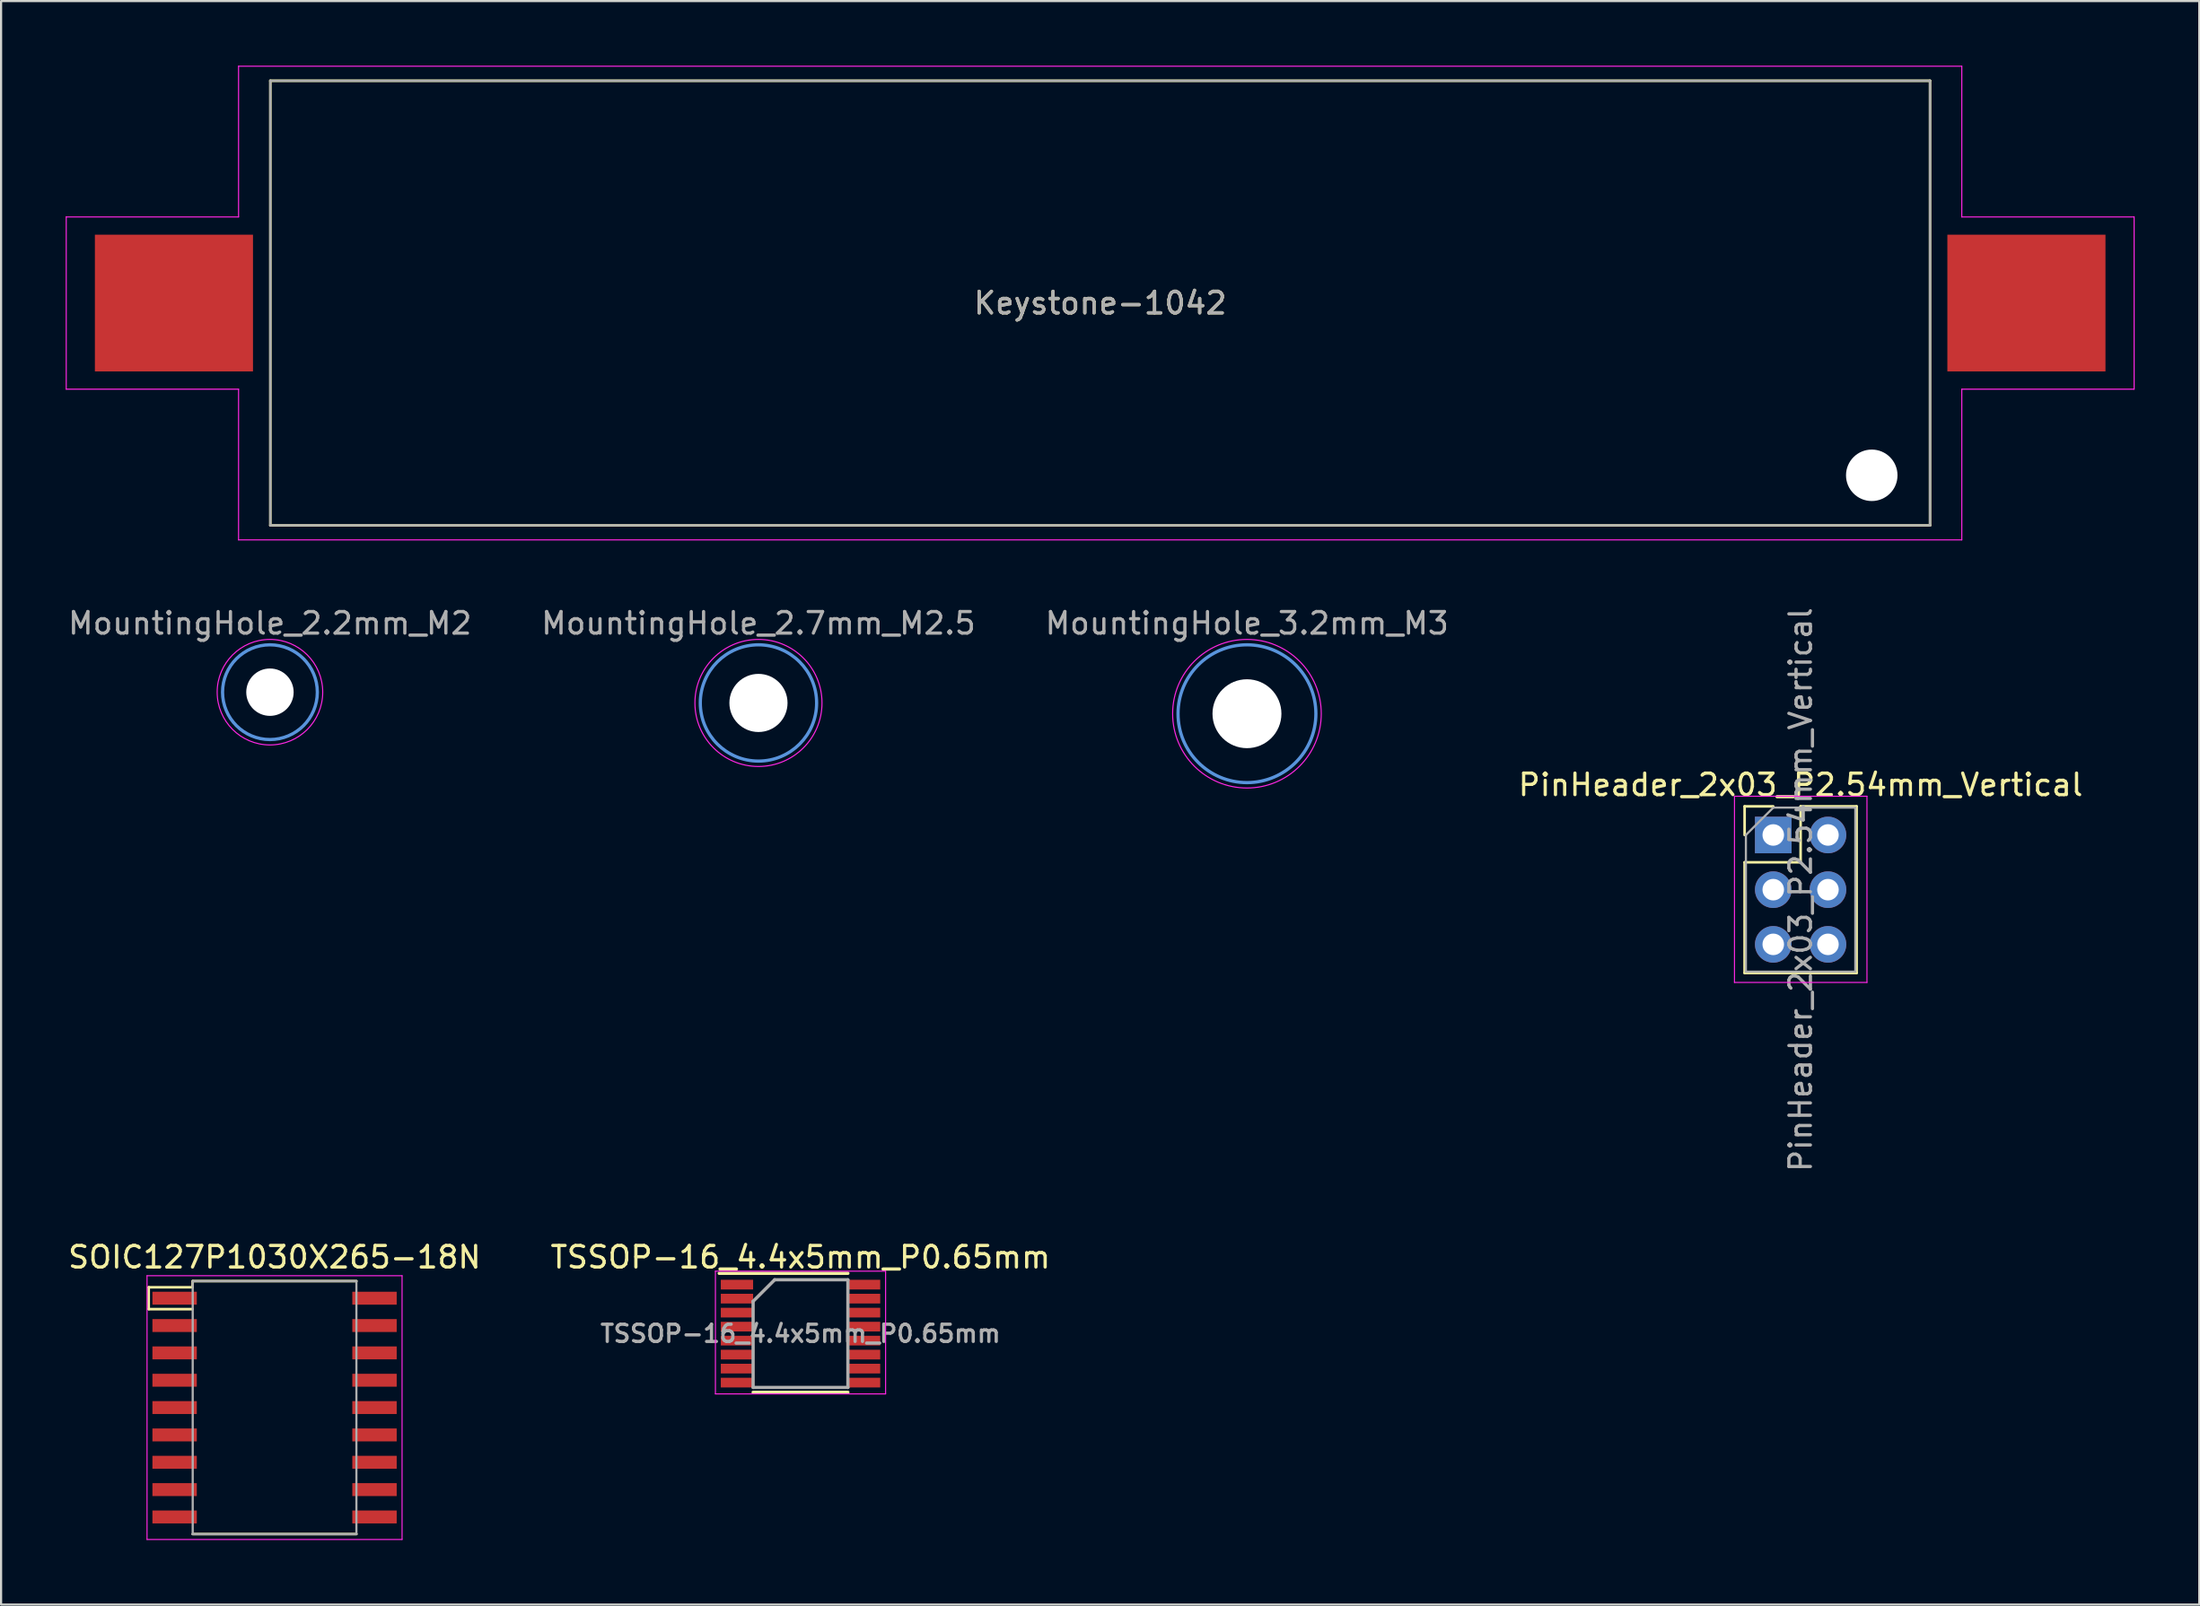
<source format=kicad_pcb>
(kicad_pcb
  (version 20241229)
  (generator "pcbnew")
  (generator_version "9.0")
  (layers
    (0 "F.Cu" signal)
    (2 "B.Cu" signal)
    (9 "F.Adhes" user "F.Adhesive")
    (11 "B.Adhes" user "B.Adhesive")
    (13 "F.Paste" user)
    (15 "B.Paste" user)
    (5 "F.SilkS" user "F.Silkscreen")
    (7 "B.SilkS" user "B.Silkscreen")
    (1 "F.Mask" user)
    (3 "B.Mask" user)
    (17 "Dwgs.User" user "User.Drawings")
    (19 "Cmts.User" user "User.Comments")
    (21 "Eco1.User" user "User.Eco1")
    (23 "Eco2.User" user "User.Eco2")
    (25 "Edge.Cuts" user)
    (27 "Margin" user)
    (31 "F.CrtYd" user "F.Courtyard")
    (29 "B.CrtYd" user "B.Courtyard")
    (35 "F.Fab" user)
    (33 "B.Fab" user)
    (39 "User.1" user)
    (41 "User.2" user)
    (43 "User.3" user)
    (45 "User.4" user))
  (footprint "MountingHole_3.2mm_M3"
    (layer "F.Cu")
    (at 54.839 30.098)
    (property "Reference" "MountingHole_3.2mm_M3" (at 0 -4.2 0) (layer "F.Fab") (effects (font (size 1 1) (thickness 0.15))))
    (attr through_hole)
    (fp_circle (center 0 0) (end 3.2 0) (stroke (width 0.15) (type solid)) (fill no) (layer "Cmts.User"))
    (fp_circle (center 0 0) (end 3.45 0) (stroke (width 0.05) (type solid)) (fill no) (layer "F.CrtYd"))
    (pad "" np_thru_hole circle (at 0 0) (size 3.2 3.2) (drill 3.2) (layers "*.Cu" "*.Mask")))
  (footprint "MountingHole_2.7mm_M2.5"
    (layer "F.Cu")
    (at 32.161 29.598)
    (property "Reference" "MountingHole_2.7mm_M2.5" (at 0 -3.7 0) (layer "F.Fab") (effects (font (size 1 1) (thickness 0.15))))
    (attr through_hole)
    (fp_circle (center 0 0) (end 2.7 0) (stroke (width 0.15) (type solid)) (fill no) (layer "Cmts.User"))
    (fp_circle (center 0 0) (end 2.95 0) (stroke (width 0.05) (type solid)) (fill no) (layer "F.CrtYd"))
    (pad "" np_thru_hole circle (at 0 0) (size 2.7 2.7) (drill 2.7) (layers "*.Cu" "*.Mask")))
  (footprint "TSSOP-16_4.4x5mm_P0.65mm"
    (layer "F.Cu")
    (at 34.113 58.889)
    (property "Reference" "TSSOP-16_4.4x5mm_P0.65mm" (at 0 -3.55 0) (layer "F.SilkS") (effects (font (size 1 1) (thickness 0.15))))
    (attr smd)
    (fp_line (start -3.775 -2.8) (end 2.2 -2.8) (stroke (width 0.15) (type solid)) (layer "F.SilkS"))
    (fp_line (start -2.2 2.725) (end 2.2 2.725) (stroke (width 0.15) (type solid)) (layer "F.SilkS"))
    (fp_line (start -3.95 -2.9) (end -3.95 2.8) (stroke (width 0.05) (type solid)) (layer "F.CrtYd"))
    (fp_line (start -3.95 -2.9) (end 3.95 -2.9) (stroke (width 0.05) (type solid)) (layer "F.CrtYd"))
    (fp_line (start -3.95 2.8) (end 3.95 2.8) (stroke (width 0.05) (type solid)) (layer "F.CrtYd"))
    (fp_line (start 3.95 -2.9) (end 3.95 2.8) (stroke (width 0.05) (type solid)) (layer "F.CrtYd"))
    (fp_line (start -2.2 -1.5) (end -1.2 -2.5) (stroke (width 0.15) (type solid)) (layer "F.Fab"))
    (fp_line (start -2.2 2.5) (end -2.2 -1.5) (stroke (width 0.15) (type solid)) (layer "F.Fab"))
    (fp_line (start -1.2 -2.5) (end 2.2 -2.5) (stroke (width 0.15) (type solid)) (layer "F.Fab"))
    (fp_line (start 2.2 -2.5) (end 2.2 2.5) (stroke (width 0.15) (type solid)) (layer "F.Fab"))
    (fp_line (start 2.2 2.5) (end -2.2 2.5) (stroke (width 0.15) (type solid)) (layer "F.Fab"))
    (fp_text user "${REFERENCE}" (at 0 0 0) (layer "F.Fab") (effects (font (size 0.8 0.8) (thickness 0.15))))
    (pad "1" smd rect (at -2.95 -2.275) (size 1.5 0.45) (layers "F.Cu" "F.Mask" "F.Paste"))
    (pad "2" smd rect (at -2.95 -1.625) (size 1.5 0.45) (layers "F.Cu" "F.Mask" "F.Paste"))
    (pad "3" smd rect (at -2.95 -0.975) (size 1.5 0.45) (layers "F.Cu" "F.Mask" "F.Paste"))
    (pad "4" smd rect (at -2.95 -0.325) (size 1.5 0.45) (layers "F.Cu" "F.Mask" "F.Paste"))
    (pad "5" smd rect (at -2.95 0.325) (size 1.5 0.45) (layers "F.Cu" "F.Mask" "F.Paste"))
    (pad "6" smd rect (at -2.95 0.975) (size 1.5 0.45) (layers "F.Cu" "F.Mask" "F.Paste"))
    (pad "7" smd rect (at -2.95 1.625) (size 1.5 0.45) (layers "F.Cu" "F.Mask" "F.Paste"))
    (pad "8" smd rect (at -2.95 2.275) (size 1.5 0.45) (layers "F.Cu" "F.Mask" "F.Paste"))
    (pad "9" smd rect (at 2.95 2.275) (size 1.5 0.45) (layers "F.Cu" "F.Mask" "F.Paste"))
    (pad "10" smd rect (at 2.95 1.625) (size 1.5 0.45) (layers "F.Cu" "F.Mask" "F.Paste"))
    (pad "11" smd rect (at 2.95 0.975) (size 1.5 0.45) (layers "F.Cu" "F.Mask" "F.Paste"))
    (pad "12" smd rect (at 2.95 0.325) (size 1.5 0.45) (layers "F.Cu" "F.Mask" "F.Paste"))
    (pad "13" smd rect (at 2.95 -0.325) (size 1.5 0.45) (layers "F.Cu" "F.Mask" "F.Paste"))
    (pad "14" smd rect (at 2.95 -0.975) (size 1.5 0.45) (layers "F.Cu" "F.Mask" "F.Paste"))
    (pad "15" smd rect (at 2.95 -1.625) (size 1.5 0.45) (layers "F.Cu" "F.Mask" "F.Paste"))
    (pad "16" smd rect (at 2.95 -2.275) (size 1.5 0.45) (layers "F.Cu" "F.Mask" "F.Paste")))
  (footprint "PinHeader_2x03_P2.54mm_Vertical"
    (layer "F.Cu")
    (at 79.272 35.73)
    (property "Reference" "PinHeader_2x03_P2.54mm_Vertical" (at 1.27 -2.33 0) (layer "F.SilkS") (effects (font (size 1 1) (thickness 0.15))))
    (attr through_hole)
    (fp_line (start -1.33 -1.33) (end 0 -1.33) (stroke (width 0.12) (type solid)) (layer "F.SilkS"))
    (fp_line (start -1.33 0) (end -1.33 -1.33) (stroke (width 0.12) (type solid)) (layer "F.SilkS"))
    (fp_line (start -1.33 1.27) (end -1.33 6.41) (stroke (width 0.12) (type solid)) (layer "F.SilkS"))
    (fp_line (start -1.33 1.27) (end 1.27 1.27) (stroke (width 0.12) (type solid)) (layer "F.SilkS"))
    (fp_line (start -1.33 6.41) (end 3.87 6.41) (stroke (width 0.12) (type solid)) (layer "F.SilkS"))
    (fp_line (start 1.27 -1.33) (end 3.87 -1.33) (stroke (width 0.12) (type solid)) (layer "F.SilkS"))
    (fp_line (start 1.27 1.27) (end 1.27 -1.33) (stroke (width 0.12) (type solid)) (layer "F.SilkS"))
    (fp_line (start 3.87 -1.33) (end 3.87 6.41) (stroke (width 0.12) (type solid)) (layer "F.SilkS"))
    (fp_line (start -1.8 -1.8) (end -1.8 6.85) (stroke (width 0.05) (type solid)) (layer "F.CrtYd"))
    (fp_line (start -1.8 6.85) (end 4.35 6.85) (stroke (width 0.05) (type solid)) (layer "F.CrtYd"))
    (fp_line (start 4.35 -1.8) (end -1.8 -1.8) (stroke (width 0.05) (type solid)) (layer "F.CrtYd"))
    (fp_line (start 4.35 6.85) (end 4.35 -1.8) (stroke (width 0.05) (type solid)) (layer "F.CrtYd"))
    (fp_line (start -1.27 0) (end 0 -1.27) (stroke (width 0.1) (type solid)) (layer "F.Fab"))
    (fp_line (start -1.27 6.35) (end -1.27 0) (stroke (width 0.1) (type solid)) (layer "F.Fab"))
    (fp_line (start 0 -1.27) (end 3.81 -1.27) (stroke (width 0.1) (type solid)) (layer "F.Fab"))
    (fp_line (start 3.81 -1.27) (end 3.81 6.35) (stroke (width 0.1) (type solid)) (layer "F.Fab"))
    (fp_line (start 3.81 6.35) (end -1.27 6.35) (stroke (width 0.1) (type solid)) (layer "F.Fab"))
    (fp_text user "${REFERENCE}" (at 1.27 2.54 90) (layer "F.Fab") (effects (font (size 1 1) (thickness 0.15))))
    (pad "1" thru_hole rect (at 0 0) (size 1.7 1.7) (drill 1) (layers "*.Cu" "*.Mask"))
    (pad "2" thru_hole circle (at 2.54 0) (size 1.7 1.7) (drill 1) (layers "*.Cu" "*.Mask"))
    (pad "3" thru_hole circle (at 0 2.54) (size 1.7 1.7) (drill 1) (layers "*.Cu" "*.Mask"))
    (pad "4" thru_hole circle (at 2.54 2.54) (size 1.7 1.7) (drill 1) (layers "*.Cu" "*.Mask"))
    (pad "5" thru_hole circle (at 0 5.08) (size 1.7 1.7) (drill 1) (layers "*.Cu" "*.Mask"))
    (pad "6" thru_hole circle (at 2.54 5.08) (size 1.7 1.7) (drill 1) (layers "*.Cu" "*.Mask")))
  (footprint "Keystone-1042"
    (layer "F.Cu")
    (at 48.025 11.025)
    (property "Reference" "Keystone-1042" (at 0 0 0) (layer "F.SilkS") (effects (font (size 1 1) (thickness 0.15))))
    (attr smd)
    (fp_line (start -38.525 -10.325) (end 38.525 -10.325) (stroke (width 0.12) (type solid)) (layer "F.SilkS"))
    (fp_line (start -38.525 10.325) (end -38.525 -10.325) (stroke (width 0.12) (type solid)) (layer "F.SilkS"))
    (fp_line (start 38.525 -10.325) (end 38.525 10.325) (stroke (width 0.12) (type solid)) (layer "F.SilkS"))
    (fp_line (start 38.525 10.325) (end -38.525 10.325) (stroke (width 0.12) (type solid)) (layer "F.SilkS"))
    (fp_line (start -48 -4) (end -40 -4) (stroke (width 0.05) (type solid)) (layer "F.CrtYd"))
    (fp_line (start -48 4) (end -48 -4) (stroke (width 0.05) (type solid)) (layer "F.CrtYd"))
    (fp_line (start -48 4) (end -40 4) (stroke (width 0.05) (type solid)) (layer "F.CrtYd"))
    (fp_line (start -40 -11) (end 40 -11) (stroke (width 0.05) (type solid)) (layer "F.CrtYd"))
    (fp_line (start -40 -4) (end -40 -11) (stroke (width 0.05) (type solid)) (layer "F.CrtYd"))
    (fp_line (start -40 4) (end -40 11) (stroke (width 0.05) (type solid)) (layer "F.CrtYd"))
    (fp_line (start 40 -11) (end 40 -4) (stroke (width 0.05) (type solid)) (layer "F.CrtYd"))
    (fp_line (start 40 -4) (end 48 -4) (stroke (width 0.05) (type solid)) (layer "F.CrtYd"))
    (fp_line (start 40 4) (end 40 11) (stroke (width 0.05) (type solid)) (layer "F.CrtYd"))
    (fp_line (start 40 4) (end 48 4) (stroke (width 0.05) (type solid)) (layer "F.CrtYd"))
    (fp_line (start 40 11) (end -40 11) (stroke (width 0.05) (type solid)) (layer "F.CrtYd"))
    (fp_line (start 48 -4) (end 48 4) (stroke (width 0.05) (type solid)) (layer "F.CrtYd"))
    (fp_line (start -38.525 -10.325) (end 38.525 -10.325) (stroke (width 0.1) (type solid)) (layer "F.Fab"))
    (fp_line (start -38.525 10.325) (end -38.525 -10.325) (stroke (width 0.1) (type solid)) (layer "F.Fab"))
    (fp_line (start 38.525 -10.325) (end 38.525 10.325) (stroke (width 0.1) (type solid)) (layer "F.Fab"))
    (fp_line (start 38.525 10.325) (end -38.525 10.325) (stroke (width 0.1) (type solid)) (layer "F.Fab"))
    (fp_text user "${REFERENCE}" (at 0 0 0) (layer "F.Fab") (effects (font (size 1 1) (thickness 0.15))))
    (pad "" np_thru_hole circle (at -27.6 8) (size 0.001 0.001) (drill 3.45) (layers "*.Cu" "*.Mask"))
    (pad "" np_thru_hole circle (at 27.6 -8) (size 0.001 0.001) (drill 3.45) (layers "*.Cu" "*.Mask"))
    (pad "" np_thru_hole circle (at 35.82 8) (size 2.39 2.39) (drill 2.39) (layers "*.Cu" "*.Mask"))
    (pad "1" smd rect (at -43 0 90) (size 6.35 7.34) (layers "F.Cu" "F.Mask" "F.Paste"))
    (pad "2" smd rect (at 43 0 90) (size 6.35 7.34) (layers "F.Cu" "F.Mask" "F.Paste")))
  (footprint "SOIC127P1030X265-18N"
    (layer "F.Cu")
    (at 9.696 62.324)
    (property "Reference" "SOIC127P1030X265-18N" (at 0 -6.985 0) (layer "F.SilkS") (effects (font (size 1 1) (thickness 0.15))))
    (attr through_hole)
    (fp_line (start -5.842 -5.588) (end -5.842 -4.572) (stroke (width 0.12) (type solid)) (layer "F.SilkS"))
    (fp_line (start -5.842 -4.572) (end -3.81 -4.572) (stroke (width 0.12) (type solid)) (layer "F.SilkS"))
    (fp_line (start -3.81 -5.588) (end -5.842 -5.588) (stroke (width 0.12) (type solid)) (layer "F.SilkS"))
    (fp_line (start -3.8 -5.875) (end -3.81 -5.588) (stroke (width 0.12) (type solid)) (layer "F.SilkS"))
    (fp_line (start -3.8 -5.875) (end 3.8 -5.875) (stroke (width 0.12) (type solid)) (layer "F.SilkS"))
    (fp_line (start -3.8 5.875) (end 3.8 5.875) (stroke (width 0.12) (type solid)) (layer "F.SilkS"))
    (fp_line (start -5.92 -6.125) (end -5.92 6.125) (stroke (width 0.05) (type solid)) (layer "F.CrtYd"))
    (fp_line (start -5.92 -6.125) (end 5.92 -6.125) (stroke (width 0.05) (type solid)) (layer "F.CrtYd"))
    (fp_line (start -5.92 6.125) (end 5.92 6.125) (stroke (width 0.05) (type solid)) (layer "F.CrtYd"))
    (fp_line (start 5.92 -6.125) (end 5.92 6.125) (stroke (width 0.05) (type solid)) (layer "F.CrtYd"))
    (fp_line (start -3.8 -5.875) (end -3.8 5.875) (stroke (width 0.1) (type solid)) (layer "F.Fab"))
    (fp_line (start -3.8 -5.875) (end 3.8 -5.875) (stroke (width 0.1) (type solid)) (layer "F.Fab"))
    (fp_line (start -3.8 5.875) (end 3.8 5.875) (stroke (width 0.1) (type solid)) (layer "F.Fab"))
    (fp_line (start 3.8 -5.875) (end 3.8 5.875) (stroke (width 0.1) (type solid)) (layer "F.Fab"))
    (pad "1" smd rect (at -4.64 -5.08) (size 2.06 0.6) (layers "F.Cu" "F.Mask" "F.Paste"))
    (pad "2" smd rect (at -4.64 -3.81) (size 2.06 0.6) (layers "F.Cu" "F.Mask" "F.Paste"))
    (pad "3" smd rect (at -4.64 -2.54) (size 2.06 0.6) (layers "F.Cu" "F.Mask" "F.Paste"))
    (pad "4" smd rect (at -4.64 -1.27) (size 2.06 0.6) (layers "F.Cu" "F.Mask" "F.Paste"))
    (pad "5" smd rect (at -4.64 0) (size 2.06 0.6) (layers "F.Cu" "F.Mask" "F.Paste"))
    (pad "6" smd rect (at -4.64 1.27) (size 2.06 0.6) (layers "F.Cu" "F.Mask" "F.Paste"))
    (pad "7" smd rect (at -4.64 2.54) (size 2.06 0.6) (layers "F.Cu" "F.Mask" "F.Paste"))
    (pad "8" smd rect (at -4.64 3.81) (size 2.06 0.6) (layers "F.Cu" "F.Mask" "F.Paste"))
    (pad "9" smd rect (at -4.64 5.08) (size 2.06 0.6) (layers "F.Cu" "F.Mask" "F.Paste"))
    (pad "10" smd rect (at 4.64 5.08) (size 2.06 0.6) (layers "F.Cu" "F.Mask" "F.Paste"))
    (pad "11" smd rect (at 4.64 3.81) (size 2.06 0.6) (layers "F.Cu" "F.Mask" "F.Paste"))
    (pad "12" smd rect (at 4.64 2.54) (size 2.06 0.6) (layers "F.Cu" "F.Mask" "F.Paste"))
    (pad "13" smd rect (at 4.64 1.27) (size 2.06 0.6) (layers "F.Cu" "F.Mask" "F.Paste"))
    (pad "14" smd rect (at 4.64 0) (size 2.06 0.6) (layers "F.Cu" "F.Mask" "F.Paste"))
    (pad "15" smd rect (at 4.64 -1.27) (size 2.06 0.6) (layers "F.Cu" "F.Mask" "F.Paste"))
    (pad "16" smd rect (at 4.64 -2.54) (size 2.06 0.6) (layers "F.Cu" "F.Mask" "F.Paste"))
    (pad "17" smd rect (at 4.64 -3.81) (size 2.06 0.6) (layers "F.Cu" "F.Mask" "F.Paste"))
    (pad "18" smd rect (at 4.64 -5.08) (size 2.06 0.6) (layers "F.Cu" "F.Mask" "F.Paste")))
  (footprint "MountingHole_2.2mm_M2"
    (layer "F.Cu")
    (at 9.482 29.098)
    (property "Reference" "MountingHole_2.2mm_M2" (at 0 -3.2 0) (layer "F.Fab") (effects (font (size 1 1) (thickness 0.15))))
    (attr through_hole)
    (fp_circle (center 0 0) (end 2.2 0) (stroke (width 0.15) (type solid)) (fill no) (layer "Cmts.User"))
    (fp_circle (center 0 0) (end 2.45 0) (stroke (width 0.05) (type solid)) (fill no) (layer "F.CrtYd"))
    (pad "" np_thru_hole circle (at 0 0) (size 2.2 2.2) (drill 2.2) (layers "*.Cu" "*.Mask")))
  (gr_rect
    (start -3 -3)
    (end 99.05 71.474)
    (stroke (width 0.1) (type default))
    (fill no)
    (layer "Edge.Cuts")))
</source>
